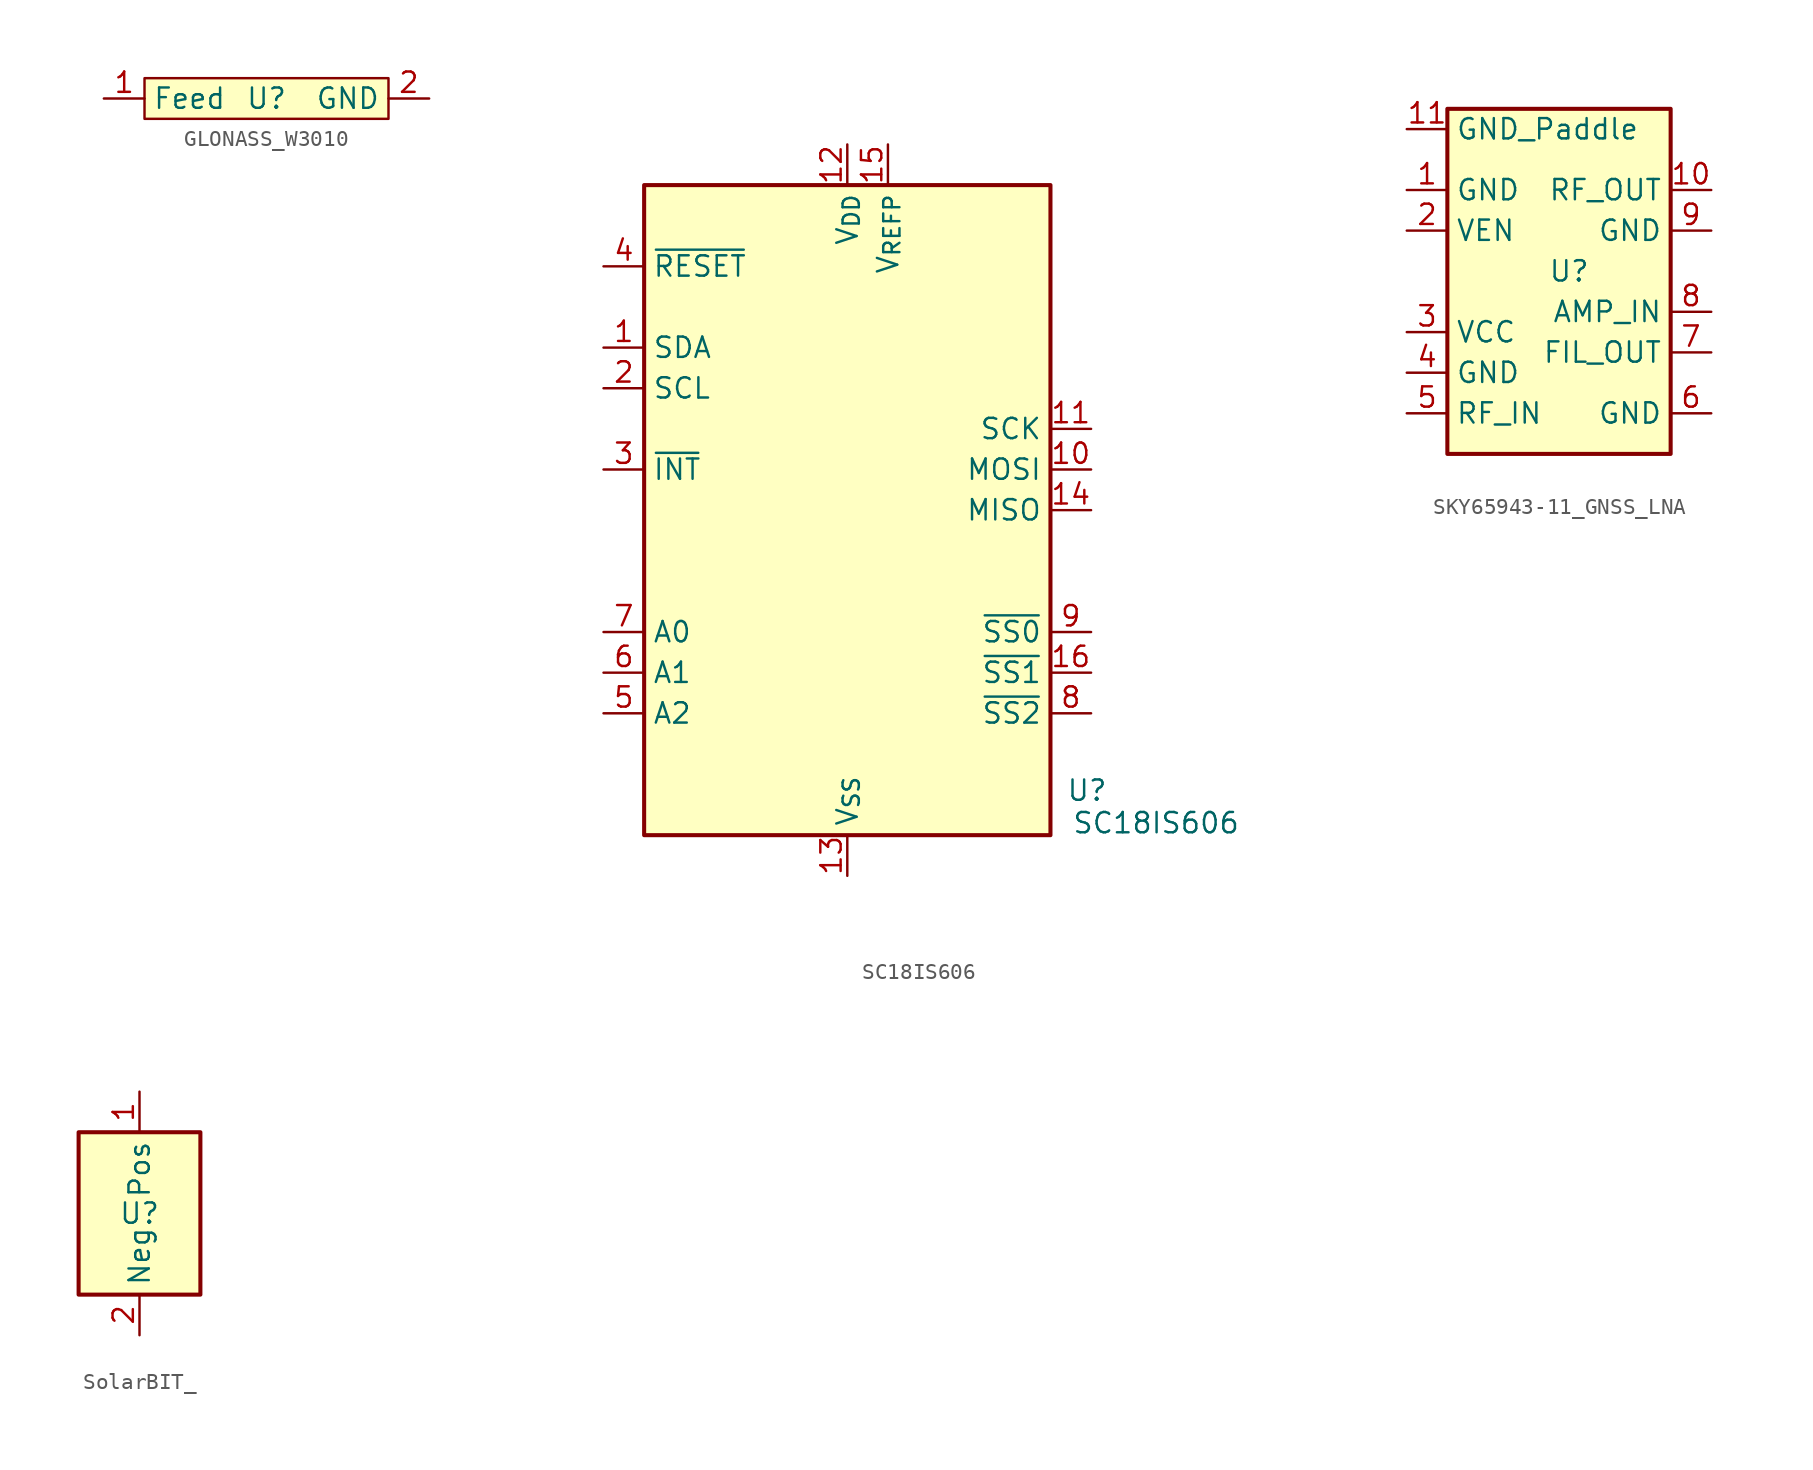
<source format=kicad_sym>
(kicad_symbol_lib
  (version 20231120)
  (generator "kicad_symbol_editor")
  (generator_version "8.0")
  (symbol "GLONASS_W3010"
    (property "Reference" "U"
      (at 0 0 0)
      (effects (font (size 1.27 1.27))))
    (property "Value" ""
      (at 0 0 0)
      (effects (font (size 1.27 1.27))))
    (symbol "GLONASS_W3010_1_1"
      (rectangle (start -7.62 1.27) (end 7.62 -1.27) (stroke (width 0) (type default)) (fill (type color) (color 255 255 194 1)))
      (pin power_in line (at -10.16 0 0) (length 2.54) (name "Feed" (effects (font (size 1.27 1.27)))) (number "1" (effects (font (size 1.27 1.27)))))
      (pin power_in line (at 10.16 0 180) (length 2.54) (name "GND" (effects (font (size 1.27 1.27)))) (number "2" (effects (font (size 1.27 1.27)))))))
  (symbol "SC18IS606"
    (property "Reference" "U"
      (at 14.986 -17.526 0)
      (effects (font (size 1.27 1.27))))
    (property "Value" "SC18IS606"
      (at 19.304 -19.558 0)
      (effects (font (size 1.27 1.27))))
    (symbol "SC18IS606_0_1"
      (rectangle (start -12.7 20.32) (end 12.7 -20.32) (stroke (width 0.254) (type default)) (fill (type background))))
    (symbol "SC18IS606_1_1"
      (pin bidirectional line (at -15.24 10.16 0) (length 2.54) (name "SDA" (effects (font (size 1.27 1.27)))) (number "1" (effects (font (size 1.27 1.27)))))
      (pin output line (at 15.24 2.54 180) (length 2.54) (name "MOSI" (effects (font (size 1.27 1.27)))) (number "10" (effects (font (size 1.27 1.27)))))
      (pin output line (at 15.24 5.08 180) (length 2.54) (name "SCK" (effects (font (size 1.27 1.27)))) (number "11" (effects (font (size 1.27 1.27)))))
      (pin power_in line (at 0 22.86 270) (length 2.54) (name "V_{DD}" (effects (font (size 1.27 1.27)))) (number "12" (effects (font (size 1.27 1.27)))))
      (pin power_in line (at 0 -22.86 90) (length 2.54) (name "V_{SS}" (effects (font (size 1.27 1.27)))) (number "13" (effects (font (size 1.27 1.27)))))
      (pin input line (at 15.24 0 180) (length 2.54) (name "MISO" (effects (font (size 1.27 1.27)))) (number "14" (effects (font (size 1.27 1.27)))))
      (pin power_in line (at 2.54 22.86 270) (length 2.54) (name "V_{REFP}" (effects (font (size 1.27 1.27)))) (number "15" (effects (font (size 1.27 1.27)))))
      (pin output line (at 15.24 -10.16 180) (length 2.54) (name "~{SS1}" (effects (font (size 1.27 1.27)))) (number "16" (effects (font (size 1.27 1.27)))) (alternate "GPIO1" bidirectional line))
      (pin input line (at -15.24 7.62 0) (length 2.54) (name "SCL" (effects (font (size 1.27 1.27)))) (number "2" (effects (font (size 1.27 1.27)))))
      (pin open_collector line (at -15.24 2.54 0) (length 2.54) (name "~{INT}" (effects (font (size 1.27 1.27)))) (number "3" (effects (font (size 1.27 1.27)))))
      (pin input line (at -15.24 15.24 0) (length 2.54) (name "~{RESET}" (effects (font (size 1.27 1.27)))) (number "4" (effects (font (size 1.27 1.27)))))
      (pin input line (at -15.24 -12.7 0) (length 2.54) (name "A2" (effects (font (size 1.27 1.27)))) (number "5" (effects (font (size 1.27 1.27)))))
      (pin input line (at -15.24 -10.16 0) (length 2.54) (name "A1" (effects (font (size 1.27 1.27)))) (number "6" (effects (font (size 1.27 1.27)))))
      (pin input line (at -15.24 -7.62 0) (length 2.54) (name "A0" (effects (font (size 1.27 1.27)))) (number "7" (effects (font (size 1.27 1.27)))))
      (pin output line (at 15.24 -12.7 180) (length 2.54) (name "~{SS2}" (effects (font (size 1.27 1.27)))) (number "8" (effects (font (size 1.27 1.27)))) (alternate "GPIO2" bidirectional line))
      (pin output line (at 15.24 -7.62 180) (length 2.54) (name "~{SS0}" (effects (font (size 1.27 1.27)))) (number "9" (effects (font (size 1.27 1.27)))) (alternate "GPIO0" bidirectional line))))
  (symbol "SKY65943-11_GNSS_LNA"
    (property "Reference" "U"
      (at 0 0 0)
      (effects (font (size 1.27 1.27))))
    (property "Value" ""
      (at 0 0 0)
      (effects (font (size 1.27 1.27))))
    (symbol "SKY65943-11_GNSS_LNA_0_1"
      (rectangle (start -7.62 10.16) (end 6.35 -11.43) (stroke (width 0.254) (type default)) (fill (type background))))
    (symbol "SKY65943-11_GNSS_LNA_1_0"
      (pin passive line (at -10.16 8.89 0) (length 2.54) (name "GND_Paddle" (effects (font (size 1.27 1.27)))) (number "11" (effects (font (size 1.27 1.27))))))
    (symbol "SKY65943-11_GNSS_LNA_1_1"
      (pin power_out line (at -10.16 5.08 0) (length 2.54) (name "GND" (effects (font (size 1.27 1.27)))) (number "1" (effects (font (size 1.27 1.27)))))
      (pin passive line (at 8.89 5.08 180) (length 2.54) (name "RF_OUT" (effects (font (size 1.27 1.27)))) (number "10" (effects (font (size 1.27 1.27)))))
      (pin input line (at -10.16 2.54 0) (length 2.54) (name "VEN" (effects (font (size 1.27 1.27)))) (number "2" (effects (font (size 1.27 1.27)))))
      (pin power_in line (at -10.16 -3.81 0) (length 2.54) (name "VCC" (effects (font (size 1.27 1.27)))) (number "3" (effects (font (size 1.27 1.27)))))
      (pin power_out line (at -10.16 -6.35 0) (length 2.54) (name "GND" (effects (font (size 1.27 1.27)))) (number "4" (effects (font (size 1.27 1.27)))))
      (pin passive line (at -10.16 -8.89 0) (length 2.54) (name "RF_IN" (effects (font (size 1.27 1.27)))) (number "5" (effects (font (size 1.27 1.27)))))
      (pin power_out line (at 8.89 -8.89 180) (length 2.54) (name "GND" (effects (font (size 1.27 1.27)))) (number "6" (effects (font (size 1.27 1.27)))))
      (pin output line (at 8.89 -5.08 180) (length 2.54) (name "FIL_OUT" (effects (font (size 1.27 1.27)))) (number "7" (effects (font (size 1.27 1.27)))))
      (pin input line (at 8.89 -2.54 180) (length 2.54) (name "AMP_IN" (effects (font (size 1.27 1.27)))) (number "8" (effects (font (size 1.27 1.27)))))
      (pin power_out line (at 8.89 2.54 180) (length 2.54) (name "GND" (effects (font (size 1.27 1.27)))) (number "9" (effects (font (size 1.27 1.27)))))))
  (symbol "SolarBIT_"
    (property "Reference" "U"
      (at 0 0 0)
      (effects (font (size 1.27 1.27))))
    (property "Value" ""
      (at 0 0 0)
      (effects (font (size 1.27 1.27))))
    (symbol "SolarBIT__0_1"
      (rectangle (start -3.81 5.08) (end 3.81 -5.08) (stroke (width 0.254) (type default)) (fill (type background))))
    (symbol "SolarBIT__1_1"
      (pin passive line (at 0 7.62 270) (length 2.54) (name "Pos" (effects (font (size 1.27 1.27)))) (number "1" (effects (font (size 1.27 1.27)))))
      (pin passive line (at 0 -7.62 90) (length 2.54) (name "Neg" (effects (font (size 1.27 1.27)))) (number "2" (effects (font (size 1.27 1.27))))))))
</source>
